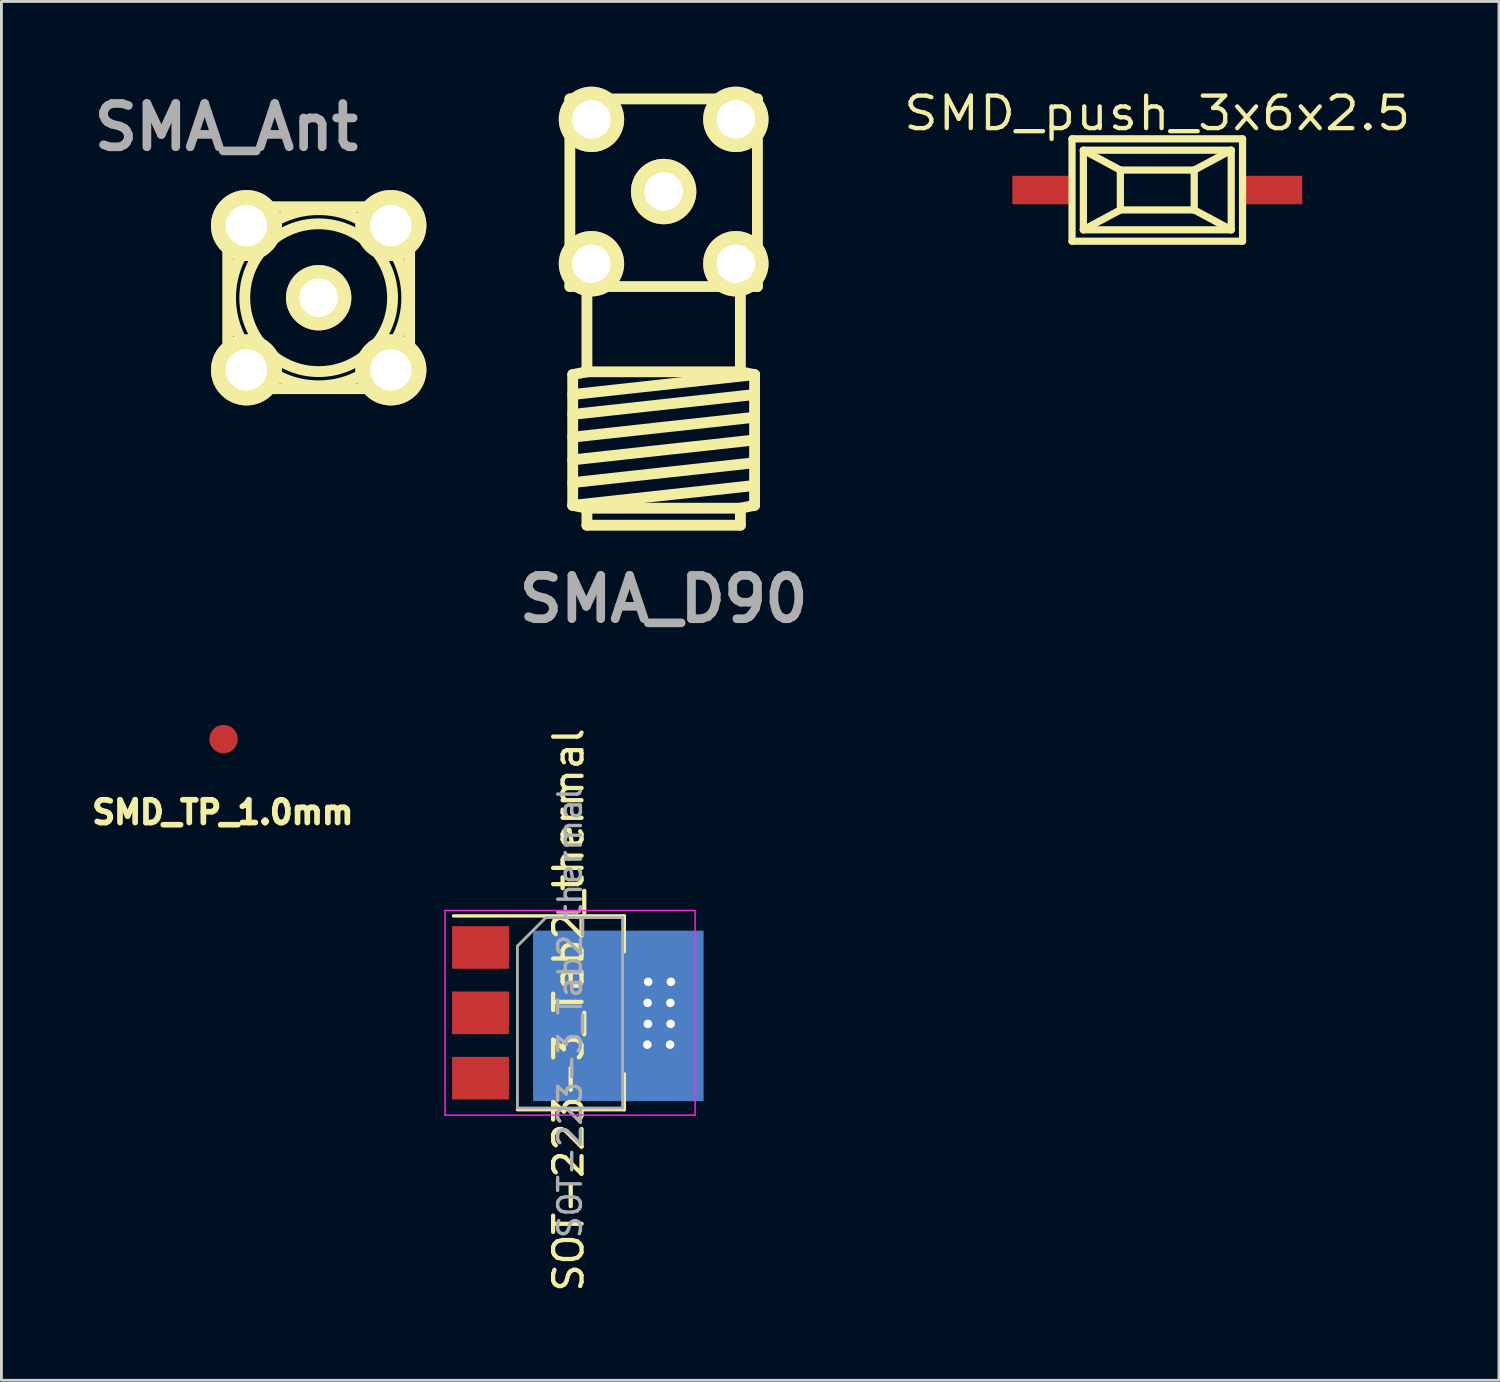
<source format=kicad_pcb>
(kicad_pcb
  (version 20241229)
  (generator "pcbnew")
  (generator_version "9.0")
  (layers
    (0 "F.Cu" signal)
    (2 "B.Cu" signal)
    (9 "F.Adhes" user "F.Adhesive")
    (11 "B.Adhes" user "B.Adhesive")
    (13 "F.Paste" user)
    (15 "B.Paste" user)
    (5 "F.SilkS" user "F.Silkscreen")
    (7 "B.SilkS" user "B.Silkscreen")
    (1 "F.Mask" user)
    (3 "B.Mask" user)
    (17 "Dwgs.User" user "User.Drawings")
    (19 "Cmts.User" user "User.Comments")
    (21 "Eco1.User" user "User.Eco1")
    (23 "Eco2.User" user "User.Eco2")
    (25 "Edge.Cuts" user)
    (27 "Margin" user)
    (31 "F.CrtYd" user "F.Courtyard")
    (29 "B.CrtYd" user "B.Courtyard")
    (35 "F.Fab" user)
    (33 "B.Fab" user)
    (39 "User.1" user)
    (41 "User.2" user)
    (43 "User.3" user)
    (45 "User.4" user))
  (footprint "SOT-223-3_Tab2_thermal"
    (layer "F.Cu")
    (at 17.008 32.588)
    (property "Reference" "SOT-223-3_Tab2_thermal" (at -0.05 -0.1 90) (layer "F.SilkS") (effects (font (size 1 1) (thickness 0.15))))
    (attr smd)
    (fp_line (start -4.1 -3.41) (end 1.91 -3.41) (stroke (width 0.12) (type solid)) (layer "F.SilkS"))
    (fp_line (start -1.85 3.41) (end 1.91 3.41) (stroke (width 0.12) (type solid)) (layer "F.SilkS"))
    (fp_line (start 1.91 -3.41) (end 1.91 -2.15) (stroke (width 0.12) (type solid)) (layer "F.SilkS"))
    (fp_line (start 1.91 3.41) (end 1.91 2.15) (stroke (width 0.12) (type solid)) (layer "F.SilkS"))
    (fp_line (start -4.4 -3.6) (end -4.4 3.6) (stroke (width 0.05) (type solid)) (layer "F.CrtYd"))
    (fp_line (start -4.4 3.6) (end 4.4 3.6) (stroke (width 0.05) (type solid)) (layer "F.CrtYd"))
    (fp_line (start 4.4 -3.6) (end -4.4 -3.6) (stroke (width 0.05) (type solid)) (layer "F.CrtYd"))
    (fp_line (start 4.4 3.6) (end 4.4 -3.6) (stroke (width 0.05) (type solid)) (layer "F.CrtYd"))
    (fp_line (start -1.85 -2.35) (end -1.85 3.35) (stroke (width 0.1) (type solid)) (layer "F.Fab"))
    (fp_line (start -1.85 -2.35) (end -0.85 -3.35) (stroke (width 0.1) (type solid)) (layer "F.Fab"))
    (fp_line (start -1.85 3.35) (end 1.85 3.35) (stroke (width 0.1) (type solid)) (layer "F.Fab"))
    (fp_line (start -0.85 -3.35) (end 1.85 -3.35) (stroke (width 0.1) (type solid)) (layer "F.Fab"))
    (fp_line (start 1.85 -3.35) (end 1.85 3.35) (stroke (width 0.1) (type solid)) (layer "F.Fab"))
    (fp_text user "${REFERENCE}" (at 0 0 90) (layer "F.Fab") (effects (font (size 0.8 0.8) (thickness 0.12))))
    (pad "1" smd rect (at -3.15 -2.3) (size 2 1.5) (layers "F.Cu" "F.Mask" "F.Paste"))
    (pad "2" smd rect (at -3.15 0) (size 2 1.5) (layers "F.Cu" "F.Mask" "F.Paste"))
    (pad "2" smd rect (at 1.7 0.11) (size 6 6) (layers "B.Cu" "B.Mask"))
    (pad "2" thru_hole circle (at 2.72 1.12) (size 0.6 0.6) (drill 0.3) (layers "*.Cu" "*.Mask"))
    (pad "2" thru_hole circle (at 2.73 -0.35) (size 0.6 0.6) (drill 0.3) (layers "*.Cu" "*.Mask"))
    (pad "2" thru_hole circle (at 2.74 0.39) (size 0.6 0.6) (drill 0.3) (layers "*.Cu" "*.Mask"))
    (pad "2" thru_hole circle (at 2.75 -1.09) (size 0.6 0.6) (drill 0.3) (layers "*.Cu" "*.Mask"))
    (pad "2" smd rect (at 3.15 0) (size 2 3.8) (layers "F.Cu" "F.Mask" "F.Paste"))
    (pad "2" thru_hole circle (at 3.52 1.12) (size 0.6 0.6) (drill 0.3) (layers "*.Cu" "*.Mask"))
    (pad "2" thru_hole circle (at 3.53 -0.35) (size 0.6 0.6) (drill 0.3) (layers "*.Cu" "*.Mask"))
    (pad "2" thru_hole circle (at 3.54 0.39) (size 0.6 0.6) (drill 0.3) (layers "*.Cu" "*.Mask"))
    (pad "2" thru_hole circle (at 3.55 -1.09) (size 0.6 0.6) (drill 0.3) (layers "*.Cu" "*.Mask"))
    (pad "3" smd rect (at -3.15 2.3) (size 2 1.5) (layers "F.Cu" "F.Mask" "F.Paste")))
  (footprint "SMA_Ant"
    (layer "F.Cu")
    (at 8.163 7.426)
    (property "Reference" "SMA_Ant" (at -3.25 -6 0) (layer "F.Fab") (effects (font (size 1.524 1.524) (thickness 0.305))))
    (attr through_hole)
    (fp_line (start -3.2 -3.2) (end -3.2 3.2) (stroke (width 0.381) (type solid)) (layer "F.SilkS"))
    (fp_line (start -3.2 -3.2) (end 3.2 -3.2) (stroke (width 0.381) (type solid)) (layer "F.SilkS"))
    (fp_line (start 3.2 -3.2) (end 3.2 3.2) (stroke (width 0.381) (type solid)) (layer "F.SilkS"))
    (fp_line (start 3.2 3.2) (end -3.2 3.2) (stroke (width 0.381) (type solid)) (layer "F.SilkS"))
    (fp_circle (center 0 0) (end -3.1 0) (stroke (width 0.381) (type solid)) (fill no) (layer "F.SilkS"))
    (fp_circle (center 0 0) (end -2.6 0) (stroke (width 0.381) (type solid)) (fill no) (layer "F.SilkS"))
    (fp_circle (center 0 0) (end -0.7 0) (stroke (width 0.381) (type solid)) (fill no) (layer "F.SilkS"))
    (pad "1" thru_hole circle (at 0 0) (size 2.3 2.3) (drill 1.35) (layers "*.Cu" "*.Mask" "F.SilkS"))
    (pad "2" thru_hole circle (at -2.54 -2.54) (size 2.5 2.5) (drill 1.45) (layers "*.Cu" "*.Mask" "F.SilkS"))
    (pad "2" thru_hole circle (at -2.54 2.54) (size 2.5 2.5) (drill 1.45) (layers "*.Cu" "*.Mask" "F.SilkS"))
    (pad "2" thru_hole circle (at 2.54 -2.54) (size 2.5 2.5) (drill 1.45) (layers "*.Cu" "*.Mask" "F.SilkS"))
    (pad "2" thru_hole circle (at 2.54 2.54) (size 2.5 2.5) (drill 1.45) (layers "*.Cu" "*.Mask" "F.SilkS")))
  (footprint "SMD_push_3x6x2.5"
    (layer "F.Cu")
    (at 37.672 3.636)
    (property "Reference" "SMD_push_3x6x2.5" (at 0 -2.7 0) (layer "F.SilkS") (effects (font (size 1.143 1.27) (thickness 0.152))))
    (attr through_hole)
    (fp_line (start -3 -1.801) (end 3 -1.801) (stroke (width 0.254) (type solid)) (layer "F.SilkS"))
    (fp_line (start -3 1.801) (end -3 -1.801) (stroke (width 0.254) (type solid)) (layer "F.SilkS"))
    (fp_line (start -2.601 -1.4) (end -1.3 -0.701) (stroke (width 0.254) (type solid)) (layer "F.SilkS"))
    (fp_line (start -2.601 -1.4) (end 2.601 -1.4) (stroke (width 0.254) (type solid)) (layer "F.SilkS"))
    (fp_line (start -2.601 1.4) (end -2.601 -1.4) (stroke (width 0.254) (type solid)) (layer "F.SilkS"))
    (fp_line (start -1.3 -0.701) (end 1.3 -0.701) (stroke (width 0.254) (type solid)) (layer "F.SilkS"))
    (fp_line (start -1.3 0.701) (end -2.601 1.4) (stroke (width 0.254) (type solid)) (layer "F.SilkS"))
    (fp_line (start -1.3 0.701) (end -1.3 -0.701) (stroke (width 0.254) (type solid)) (layer "F.SilkS"))
    (fp_line (start 1.3 -0.701) (end 1.3 0.701) (stroke (width 0.254) (type solid)) (layer "F.SilkS"))
    (fp_line (start 1.3 -0.701) (end 2.601 -1.4) (stroke (width 0.254) (type solid)) (layer "F.SilkS"))
    (fp_line (start 1.3 0.701) (end -1.3 0.701) (stroke (width 0.254) (type solid)) (layer "F.SilkS"))
    (fp_line (start 1.3 0.701) (end 2.601 1.4) (stroke (width 0.254) (type solid)) (layer "F.SilkS"))
    (fp_line (start 2.601 -1.4) (end 2.601 1.4) (stroke (width 0.254) (type solid)) (layer "F.SilkS"))
    (fp_line (start 2.601 1.4) (end -2.601 1.4) (stroke (width 0.254) (type solid)) (layer "F.SilkS"))
    (fp_line (start 3 -1.801) (end 3 1.801) (stroke (width 0.254) (type solid)) (layer "F.SilkS"))
    (fp_line (start 3 1.801) (end -3 1.801) (stroke (width 0.254) (type solid)) (layer "F.SilkS"))
    (pad "1" smd rect (at -4.1 0) (size 2 1.001) (layers "F.Cu" "F.Mask" "F.Paste"))
    (pad "2" smd rect (at 4.1 0) (size 2 1.001) (layers "F.Cu" "F.Mask" "F.Paste")))
  (footprint "SMA_D90"
    (layer "F.Cu")
    (at 20.302 7.932)
    (property "Reference" "SMA_D90" (at 0 10.1 0) (layer "F.Fab") (effects (font (size 1.524 1.524) (thickness 0.305))))
    (attr through_hole)
    (fp_line (start -3.3 -7.5) (end 3.3 -7.502) (stroke (width 0.381) (type solid)) (layer "F.SilkS"))
    (fp_line (start -3.3 -0.9) (end -3.3 -7.5) (stroke (width 0.381) (type solid)) (layer "F.SilkS"))
    (fp_line (start -3.2 2.2) (end -3.2 6.8) (stroke (width 0.381) (type solid)) (layer "F.SilkS"))
    (fp_line (start -3.2 2.2) (end -2.7 2.1) (stroke (width 0.381) (type solid)) (layer "F.SilkS"))
    (fp_line (start -3.2 2.9) (end 3.2 2.2) (stroke (width 0.381) (type solid)) (layer "F.SilkS"))
    (fp_line (start -3.2 3.6) (end 3.2 2.9) (stroke (width 0.381) (type solid)) (layer "F.SilkS"))
    (fp_line (start -3.2 4.4) (end 3.2 3.7) (stroke (width 0.381) (type solid)) (layer "F.SilkS"))
    (fp_line (start -3.2 5.2) (end 3.2 4.5) (stroke (width 0.381) (type solid)) (layer "F.SilkS"))
    (fp_line (start -3.2 6) (end 3.2 5.3) (stroke (width 0.381) (type solid)) (layer "F.SilkS"))
    (fp_line (start -3.2 6.8) (end -2.7 6.9) (stroke (width 0.381) (type solid)) (layer "F.SilkS"))
    (fp_line (start -3.2 6.8) (end 3.2 6.1) (stroke (width 0.381) (type solid)) (layer "F.SilkS"))
    (fp_line (start -2.7 2.1) (end -2.7 -0.9) (stroke (width 0.381) (type solid)) (layer "F.SilkS"))
    (fp_line (start -2.7 2.1) (end 2.7 2.1) (stroke (width 0.381) (type solid)) (layer "F.SilkS"))
    (fp_line (start -2.7 6.9) (end 2.7 6.9) (stroke (width 0.381) (type solid)) (layer "F.SilkS"))
    (fp_line (start -2.7 7.5) (end -2.7 6.9) (stroke (width 0.381) (type solid)) (layer "F.SilkS"))
    (fp_line (start -2.7 7.5) (end 2.7 7.5) (stroke (width 0.381) (type solid)) (layer "F.SilkS"))
    (fp_line (start 2.7 -0.9) (end 2.7 2.1) (stroke (width 0.381) (type solid)) (layer "F.SilkS"))
    (fp_line (start 2.7 2.1) (end 3.2 2.2) (stroke (width 0.381) (type solid)) (layer "F.SilkS"))
    (fp_line (start 2.7 6.9) (end 3.2 6.8) (stroke (width 0.381) (type solid)) (layer "F.SilkS"))
    (fp_line (start 2.7 7.5) (end 2.7 6.9) (stroke (width 0.381) (type solid)) (layer "F.SilkS"))
    (fp_line (start 3.2 2.2) (end 3.2 6.8) (stroke (width 0.381) (type solid)) (layer "F.SilkS"))
    (fp_line (start 3.3 -7.5) (end 3.3 -0.9) (stroke (width 0.381) (type solid)) (layer "F.SilkS"))
    (fp_line (start 3.3 -0.9) (end -3.3 -0.9) (stroke (width 0.381) (type solid)) (layer "F.SilkS"))
    (pad "1" thru_hole circle (at 0 -4.242) (size 2.3 2.3) (drill 1.35) (layers "*.Cu" "*.Mask" "F.SilkS"))
    (pad "2" thru_hole circle (at -2.54 -6.782) (size 2.3 2.3) (drill 1.35) (layers "*.Cu" "*.Mask" "F.SilkS"))
    (pad "2" thru_hole circle (at -2.54 -1.702) (size 2.3 2.3) (drill 1.35) (layers "*.Cu" "*.Mask" "F.SilkS"))
    (pad "2" thru_hole circle (at 2.54 -6.782) (size 2.3 2.3) (drill 1.35) (layers "*.Cu" "*.Mask" "F.SilkS"))
    (pad "2" thru_hole circle (at 2.54 -1.702) (size 2.3 2.3) (drill 1.35) (layers "*.Cu" "*.Mask" "F.SilkS")))
  (footprint "SMD_TP_1.0mm"
    (layer "F.Cu")
    (at 4.816 22.958)
    (property "Reference" "SMD_TP_1.0mm" (at -0.025 2.575 0) (layer "F.SilkS") (effects (font (size 0.8 0.8) (thickness 0.2))))
    (attr through_hole)
    (pad "1" smd circle (at 0 0) (size 1 1) (layers "F.Cu" "F.Mask" "F.Paste")))
  (gr_rect
    (start -3 -3)
    (end 49.694 45.518)
    (stroke (width 0.1) (type default))
    (fill no)
    (layer "Edge.Cuts")))
</source>
